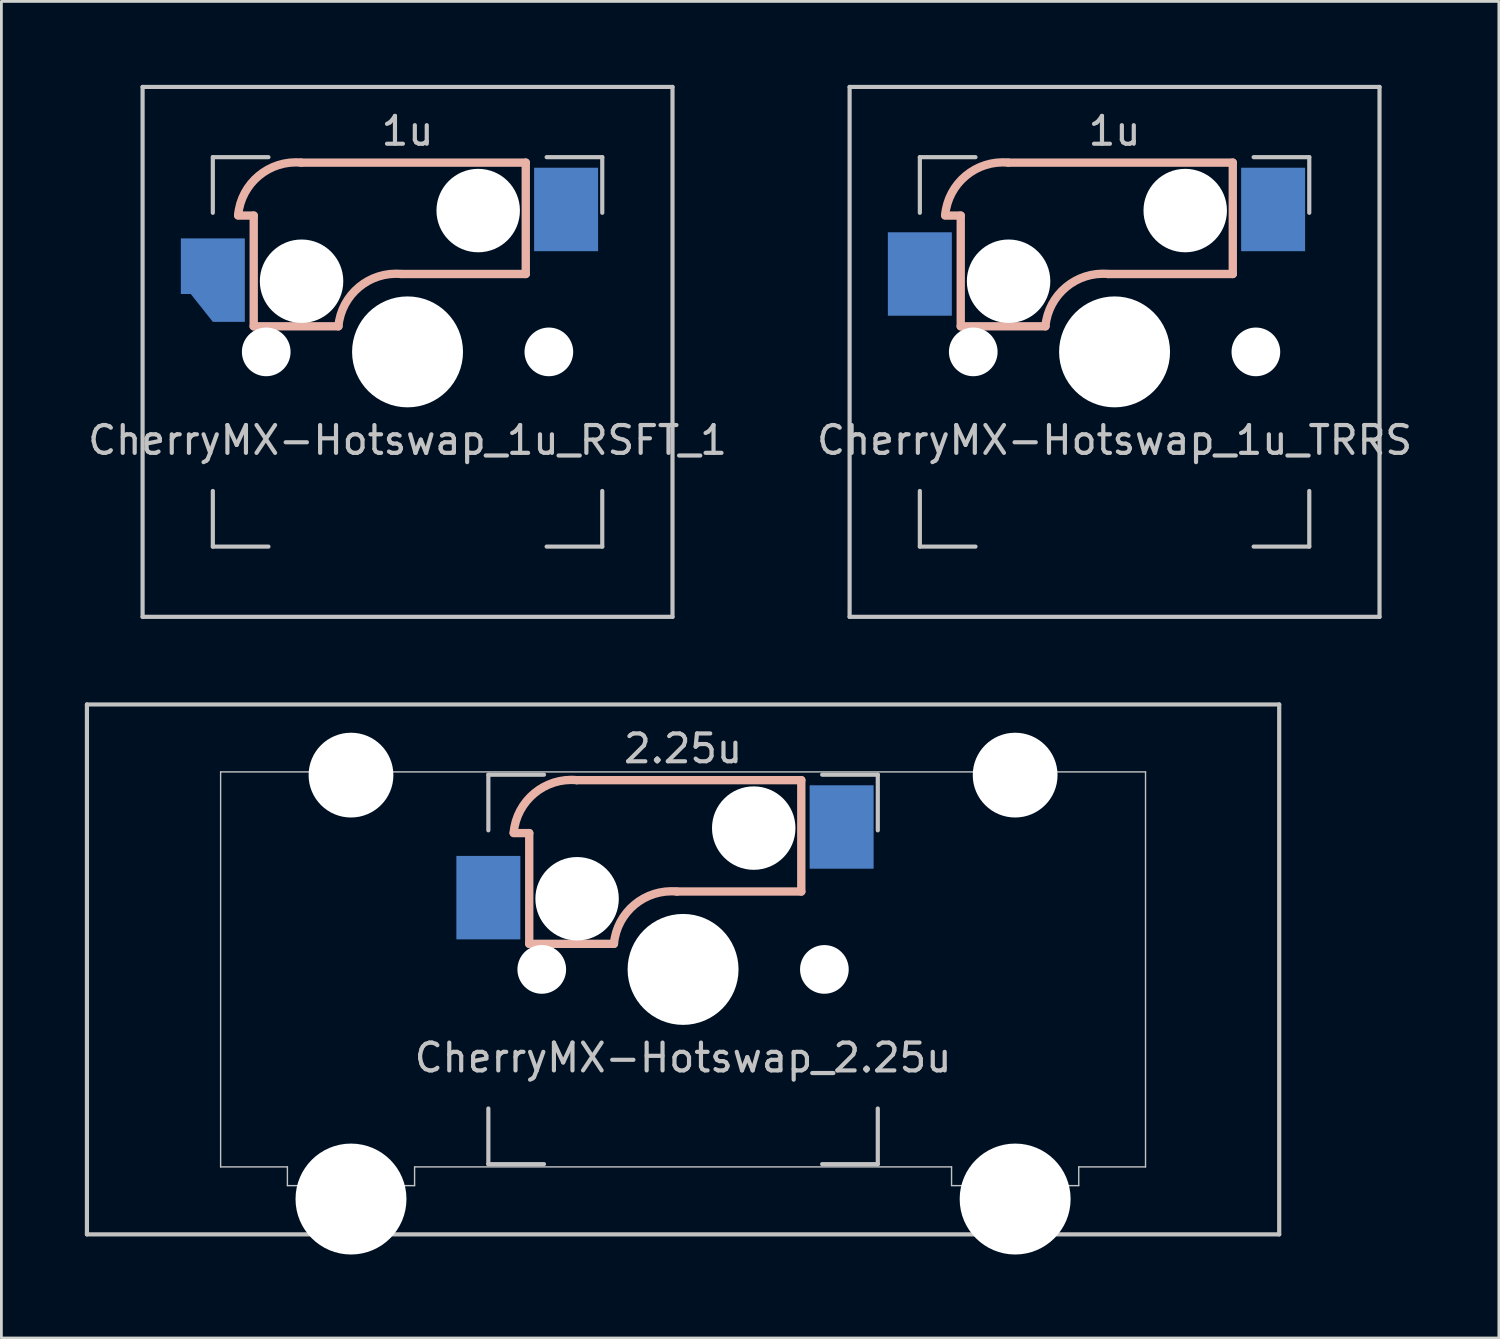
<source format=kicad_pcb>
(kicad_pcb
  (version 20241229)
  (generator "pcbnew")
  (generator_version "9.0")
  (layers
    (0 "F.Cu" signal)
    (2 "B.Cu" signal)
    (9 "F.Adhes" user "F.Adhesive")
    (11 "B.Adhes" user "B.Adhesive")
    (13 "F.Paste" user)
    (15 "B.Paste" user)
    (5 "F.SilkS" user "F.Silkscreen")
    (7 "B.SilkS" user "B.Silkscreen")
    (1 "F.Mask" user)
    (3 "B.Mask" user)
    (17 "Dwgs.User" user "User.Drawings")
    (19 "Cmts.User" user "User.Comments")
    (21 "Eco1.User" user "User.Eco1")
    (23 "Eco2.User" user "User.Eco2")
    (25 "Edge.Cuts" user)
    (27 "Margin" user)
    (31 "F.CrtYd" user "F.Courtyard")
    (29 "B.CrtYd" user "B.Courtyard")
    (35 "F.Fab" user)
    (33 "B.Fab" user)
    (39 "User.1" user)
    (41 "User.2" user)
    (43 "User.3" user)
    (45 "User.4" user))
  (footprint "CherryMX-Hotswap_1u_TRRS"
    (layer "F.Cu")
    (at 37.018 9.6)
    (property "Reference" "CherryMX-Hotswap_1u_TRRS" (at 0 3.175 0) (layer "Dwgs.User") (effects (font (size 1 1) (thickness 0.15))))
    (attr through_hole)
    (fp_line (start -6.09 -4.9) (end -5.53 -4.9) (stroke (width 0.3) (type solid)) (layer "B.SilkS"))
    (fp_line (start -5.53 -4.9) (end -5.53 -0.92) (stroke (width 0.3) (type solid)) (layer "B.SilkS"))
    (fp_line (start -5.53 -0.92) (end -2.485 -0.92) (stroke (width 0.3) (type solid)) (layer "B.SilkS"))
    (fp_line (start 4.25 -6.804) (end -3.825 -6.804) (stroke (width 0.3) (type solid)) (layer "B.SilkS"))
    (fp_line (start 4.25 -2.8) (end -0.225 -2.8) (stroke (width 0.3) (type solid)) (layer "B.SilkS"))
    (fp_line (start 4.25 -2.8) (end 4.25 -6.804) (stroke (width 0.3) (type solid)) (layer "B.SilkS"))
    (fp_arc (start -6.089 -4.92) (mid -5.347189 -6.33089) (end -3.825 -6.804) (stroke (width 0.3) (type solid)) (layer "B.SilkS"))
    (fp_arc (start -2.485 -0.92) (mid -1.744361 -2.328061) (end -0.225 -2.8) (stroke (width 0.3) (type solid)) (layer "B.SilkS"))
    (fp_line (start -9.525 -9.525) (end 9.525 -9.525) (stroke (width 0.15) (type solid)) (layer "Dwgs.User"))
    (fp_line (start -9.525 9.525) (end -9.525 -9.525) (stroke (width 0.15) (type solid)) (layer "Dwgs.User"))
    (fp_line (start -7 -7) (end -7 -5) (stroke (width 0.15) (type solid)) (layer "Dwgs.User"))
    (fp_line (start -7 5) (end -7 7) (stroke (width 0.15) (type solid)) (layer "Dwgs.User"))
    (fp_line (start -7 7) (end -5 7) (stroke (width 0.15) (type solid)) (layer "Dwgs.User"))
    (fp_line (start -5 -7) (end -7 -7) (stroke (width 0.15) (type solid)) (layer "Dwgs.User"))
    (fp_line (start 5 -7) (end 7 -7) (stroke (width 0.15) (type solid)) (layer "Dwgs.User"))
    (fp_line (start 5 7) (end 7 7) (stroke (width 0.15) (type solid)) (layer "Dwgs.User"))
    (fp_line (start 7 -7) (end 7 -5) (stroke (width 0.15) (type solid)) (layer "Dwgs.User"))
    (fp_line (start 7 7) (end 7 5) (stroke (width 0.15) (type solid)) (layer "Dwgs.User"))
    (fp_line (start 9.525 -9.525) (end 9.525 9.525) (stroke (width 0.15) (type solid)) (layer "Dwgs.User"))
    (fp_line (start 9.525 9.525) (end -9.525 9.525) (stroke (width 0.15) (type solid)) (layer "Dwgs.User"))
    (fp_text user "1u" (at 0 -7.938 0) (layer "Dwgs.User") (effects (font (size 1 1) (thickness 0.15))))
    (pad "" np_thru_hole circle (at -5.08 0 48.1) (size 1.75 1.75) (drill 1.75) (layers "*.Cu" "*.Mask"))
    (pad "" np_thru_hole circle (at -3.81 -2.54 180) (size 3 3) (drill 3) (layers "*.Cu" "*.Mask"))
    (pad "" np_thru_hole circle (at 0 0) (size 3.988 3.988) (drill 3.988) (layers "*.Cu" "*.Mask"))
    (pad "" np_thru_hole circle (at 2.54 -5.08 180) (size 3 3) (drill 3) (layers "*.Cu" "*.Mask"))
    (pad "" np_thru_hole circle (at 5.08 0 48.1) (size 1.75 1.75) (drill 1.75) (layers "*.Cu" "*.Mask"))
    (pad "1" smd rect (at -7 -2.8 180) (size 2.3 3) (layers "B.Cu" "B.Mask" "B.Paste"))
    (pad "2" smd rect (at 5.7 -5.12 180) (size 2.3 3) (layers "B.Cu" "B.Mask" "B.Paste")))
  (footprint "CherryMX-Hotswap_2.25u"
    (layer "F.Cu")
    (at 21.506 31.8)
    (property "Reference" "CherryMX-Hotswap_2.25u" (at 0 3.175 0) (layer "Dwgs.User") (effects (font (size 1 1) (thickness 0.15))))
    (attr through_hole)
    (fp_line (start -6.09 -4.9) (end -5.53 -4.9) (stroke (width 0.3) (type solid)) (layer "B.SilkS"))
    (fp_line (start -5.53 -4.9) (end -5.53 -0.92) (stroke (width 0.3) (type solid)) (layer "B.SilkS"))
    (fp_line (start -5.53 -0.92) (end -2.485 -0.92) (stroke (width 0.3) (type solid)) (layer "B.SilkS"))
    (fp_line (start 4.25 -6.804) (end -3.825 -6.804) (stroke (width 0.3) (type solid)) (layer "B.SilkS"))
    (fp_line (start 4.25 -2.8) (end -0.225 -2.8) (stroke (width 0.3) (type solid)) (layer "B.SilkS"))
    (fp_line (start 4.25 -2.8) (end 4.25 -6.804) (stroke (width 0.3) (type solid)) (layer "B.SilkS"))
    (fp_arc (start -6.089 -4.92) (mid -5.347189 -6.33089) (end -3.825 -6.804) (stroke (width 0.3) (type solid)) (layer "B.SilkS"))
    (fp_arc (start -2.485 -0.92) (mid -1.744361 -2.328061) (end -0.225 -2.8) (stroke (width 0.3) (type solid)) (layer "B.SilkS"))
    (fp_line (start -21.431 9.525) (end -21.431 -9.525) (stroke (width 0.15) (type solid)) (layer "Dwgs.User"))
    (fp_line (start -16.625 -7.1) (end 16.625 -7.1) (stroke (width 0.05) (type solid)) (layer "Dwgs.User"))
    (fp_line (start -16.625 7.1) (end -16.625 -7.1) (stroke (width 0.05) (type solid)) (layer "Dwgs.User"))
    (fp_line (start -14.224 7.1) (end -16.625 7.1) (stroke (width 0.05) (type solid)) (layer "Dwgs.User"))
    (fp_line (start -14.224 7.1) (end -14.224 7.772) (stroke (width 0.05) (type solid)) (layer "Dwgs.User"))
    (fp_line (start -9.652 7.1) (end -9.652 7.772) (stroke (width 0.05) (type solid)) (layer "Dwgs.User"))
    (fp_line (start -9.652 7.772) (end -14.224 7.772) (stroke (width 0.05) (type solid)) (layer "Dwgs.User"))
    (fp_line (start -7 -7) (end -7 -5) (stroke (width 0.15) (type solid)) (layer "Dwgs.User"))
    (fp_line (start -7 5) (end -7 7) (stroke (width 0.15) (type solid)) (layer "Dwgs.User"))
    (fp_line (start -7 7) (end -5 7) (stroke (width 0.15) (type solid)) (layer "Dwgs.User"))
    (fp_line (start -5 -7) (end -7 -7) (stroke (width 0.15) (type solid)) (layer "Dwgs.User"))
    (fp_line (start 5 -7) (end 7 -7) (stroke (width 0.15) (type solid)) (layer "Dwgs.User"))
    (fp_line (start 5 7) (end 7 7) (stroke (width 0.15) (type solid)) (layer "Dwgs.User"))
    (fp_line (start 7 -7) (end 7 -5) (stroke (width 0.15) (type solid)) (layer "Dwgs.User"))
    (fp_line (start 7 7) (end 7 5) (stroke (width 0.15) (type solid)) (layer "Dwgs.User"))
    (fp_line (start 9.652 7.1) (end -9.652 7.1) (stroke (width 0.05) (type solid)) (layer "Dwgs.User"))
    (fp_line (start 9.652 7.1) (end 9.652 7.772) (stroke (width 0.05) (type solid)) (layer "Dwgs.User"))
    (fp_line (start 9.652 7.772) (end 14.224 7.772) (stroke (width 0.05) (type solid)) (layer "Dwgs.User"))
    (fp_line (start 14.224 7.1) (end 14.224 7.772) (stroke (width 0.05) (type solid)) (layer "Dwgs.User"))
    (fp_line (start 14.224 7.1) (end 16.625 7.1) (stroke (width 0.05) (type solid)) (layer "Dwgs.User"))
    (fp_line (start 16.625 7.1) (end 16.625 -7.1) (stroke (width 0.05) (type solid)) (layer "Dwgs.User"))
    (fp_line (start 21.431 -9.525) (end -21.431 -9.525) (stroke (width 0.15) (type solid)) (layer "Dwgs.User"))
    (fp_line (start 21.431 -9.525) (end 21.431 9.525) (stroke (width 0.15) (type solid)) (layer "Dwgs.User"))
    (fp_line (start 21.431 9.525) (end -21.431 9.525) (stroke (width 0.15) (type solid)) (layer "Dwgs.User"))
    (fp_text user "2.25u" (at 0 -7.938 0) (layer "Dwgs.User") (effects (font (size 1 1) (thickness 0.15))))
    (pad "" np_thru_hole circle (at -11.938 -6.985) (size 3.048 3.048) (drill 3.048) (layers "*.Cu" "*.Mask"))
    (pad "" np_thru_hole circle (at -11.938 8.255) (size 3.988 3.988) (drill 3.988) (layers "*.Cu" "*.Mask"))
    (pad "" np_thru_hole circle (at -5.08 0 48.1) (size 1.75 1.75) (drill 1.75) (layers "*.Cu" "*.Mask"))
    (pad "" np_thru_hole circle (at -3.81 -2.54 180) (size 3 3) (drill 3) (layers "*.Cu" "*.Mask"))
    (pad "" np_thru_hole circle (at 0 0) (size 3.988 3.988) (drill 3.988) (layers "*.Cu" "*.Mask"))
    (pad "" np_thru_hole circle (at 2.54 -5.08 180) (size 3 3) (drill 3) (layers "*.Cu" "*.Mask"))
    (pad "" np_thru_hole circle (at 5.08 0 48.1) (size 1.75 1.75) (drill 1.75) (layers "*.Cu" "*.Mask"))
    (pad "" np_thru_hole circle (at 11.938 -6.985) (size 3.048 3.048) (drill 3.048) (layers "*.Cu" "*.Mask"))
    (pad "" np_thru_hole circle (at 11.938 8.255) (size 3.988 3.988) (drill 3.988) (layers "*.Cu" "*.Mask"))
    (pad "1" smd rect (at -7 -2.58 180) (size 2.3 3) (layers "B.Cu" "B.Mask" "B.Paste"))
    (pad "2" smd rect (at 5.7 -5.12 180) (size 2.3 3) (layers "B.Cu" "B.Mask" "B.Paste")))
  (footprint "CherryMX-Hotswap_1u_RSFT_1"
    (layer "F.Cu")
    (at 11.601 9.6)
    (property "Reference" "CherryMX-Hotswap_1u_RSFT_1" (at 0 3.175 0) (layer "Dwgs.User") (effects (font (size 1 1) (thickness 0.15))))
    (attr through_hole)
    (fp_line (start -6.09 -4.9) (end -5.53 -4.9) (stroke (width 0.3) (type solid)) (layer "B.SilkS"))
    (fp_line (start -5.53 -4.9) (end -5.53 -0.92) (stroke (width 0.3) (type solid)) (layer "B.SilkS"))
    (fp_line (start -5.53 -0.92) (end -2.485 -0.92) (stroke (width 0.3) (type solid)) (layer "B.SilkS"))
    (fp_line (start 4.25 -6.804) (end -3.825 -6.804) (stroke (width 0.3) (type solid)) (layer "B.SilkS"))
    (fp_line (start 4.25 -2.8) (end -0.225 -2.8) (stroke (width 0.3) (type solid)) (layer "B.SilkS"))
    (fp_line (start 4.25 -2.8) (end 4.25 -6.804) (stroke (width 0.3) (type solid)) (layer "B.SilkS"))
    (fp_arc (start -6.089 -4.92) (mid -5.347189 -6.33089) (end -3.825 -6.804) (stroke (width 0.3) (type solid)) (layer "B.SilkS"))
    (fp_arc (start -2.485 -0.92) (mid -1.744361 -2.328061) (end -0.225 -2.8) (stroke (width 0.3) (type solid)) (layer "B.SilkS"))
    (fp_line (start -9.525 -9.525) (end 9.525 -9.525) (stroke (width 0.15) (type solid)) (layer "Dwgs.User"))
    (fp_line (start -9.525 9.525) (end -9.525 -9.525) (stroke (width 0.15) (type solid)) (layer "Dwgs.User"))
    (fp_line (start -7 -7) (end -7 -5) (stroke (width 0.15) (type solid)) (layer "Dwgs.User"))
    (fp_line (start -7 5) (end -7 7) (stroke (width 0.15) (type solid)) (layer "Dwgs.User"))
    (fp_line (start -7 7) (end -5 7) (stroke (width 0.15) (type solid)) (layer "Dwgs.User"))
    (fp_line (start -5 -7) (end -7 -7) (stroke (width 0.15) (type solid)) (layer "Dwgs.User"))
    (fp_line (start 5 -7) (end 7 -7) (stroke (width 0.15) (type solid)) (layer "Dwgs.User"))
    (fp_line (start 5 7) (end 7 7) (stroke (width 0.15) (type solid)) (layer "Dwgs.User"))
    (fp_line (start 7 -7) (end 7 -5) (stroke (width 0.15) (type solid)) (layer "Dwgs.User"))
    (fp_line (start 7 7) (end 7 5) (stroke (width 0.15) (type solid)) (layer "Dwgs.User"))
    (fp_line (start 9.525 -9.525) (end 9.525 9.525) (stroke (width 0.15) (type solid)) (layer "Dwgs.User"))
    (fp_line (start 9.525 9.525) (end -9.525 9.525) (stroke (width 0.15) (type solid)) (layer "Dwgs.User"))
    (fp_text user "1u" (at 0 -7.938 0) (layer "Dwgs.User") (effects (font (size 1 1) (thickness 0.15))))
    (pad "" np_thru_hole circle (at -5.08 0 48.1) (size 1.75 1.75) (drill 1.75) (layers "*.Cu" "*.Mask"))
    (pad "" np_thru_hole circle (at -3.81 -2.54 180) (size 3 3) (drill 3) (layers "*.Cu" "*.Mask"))
    (pad "" np_thru_hole circle (at 0 0) (size 3.988 3.988) (drill 3.988) (layers "*.Cu" "*.Mask"))
    (pad "" np_thru_hole circle (at 2.54 -5.08 180) (size 3 3) (drill 3) (layers "*.Cu" "*.Mask"))
    (pad "" np_thru_hole circle (at 5.08 0 48.1) (size 1.75 1.75) (drill 1.75) (layers "*.Cu" "*.Mask"))
    (pad "1" smd custom (at -7 -2.58) (size 2.3 1) (layers "B.Cu" "B.Mask" "B.Paste") (options (anchor rect)) (primitives (gr_poly (pts (xy 1.15 1.5) (xy 0 1.5) (xy -1.15 0.05) (xy -1.15 -1.5) (xy 1.15 -1.5)) (width 0) (fill yes))))
    (pad "2" smd rect (at 5.7 -5.12 180) (size 2.3 3) (layers "B.Cu" "B.Mask" "B.Paste")))
  (gr_rect
    (start -3 -3)
    (end 50.833 45.049)
    (stroke (width 0.1) (type default))
    (fill no)
    (layer "Edge.Cuts")))
</source>
